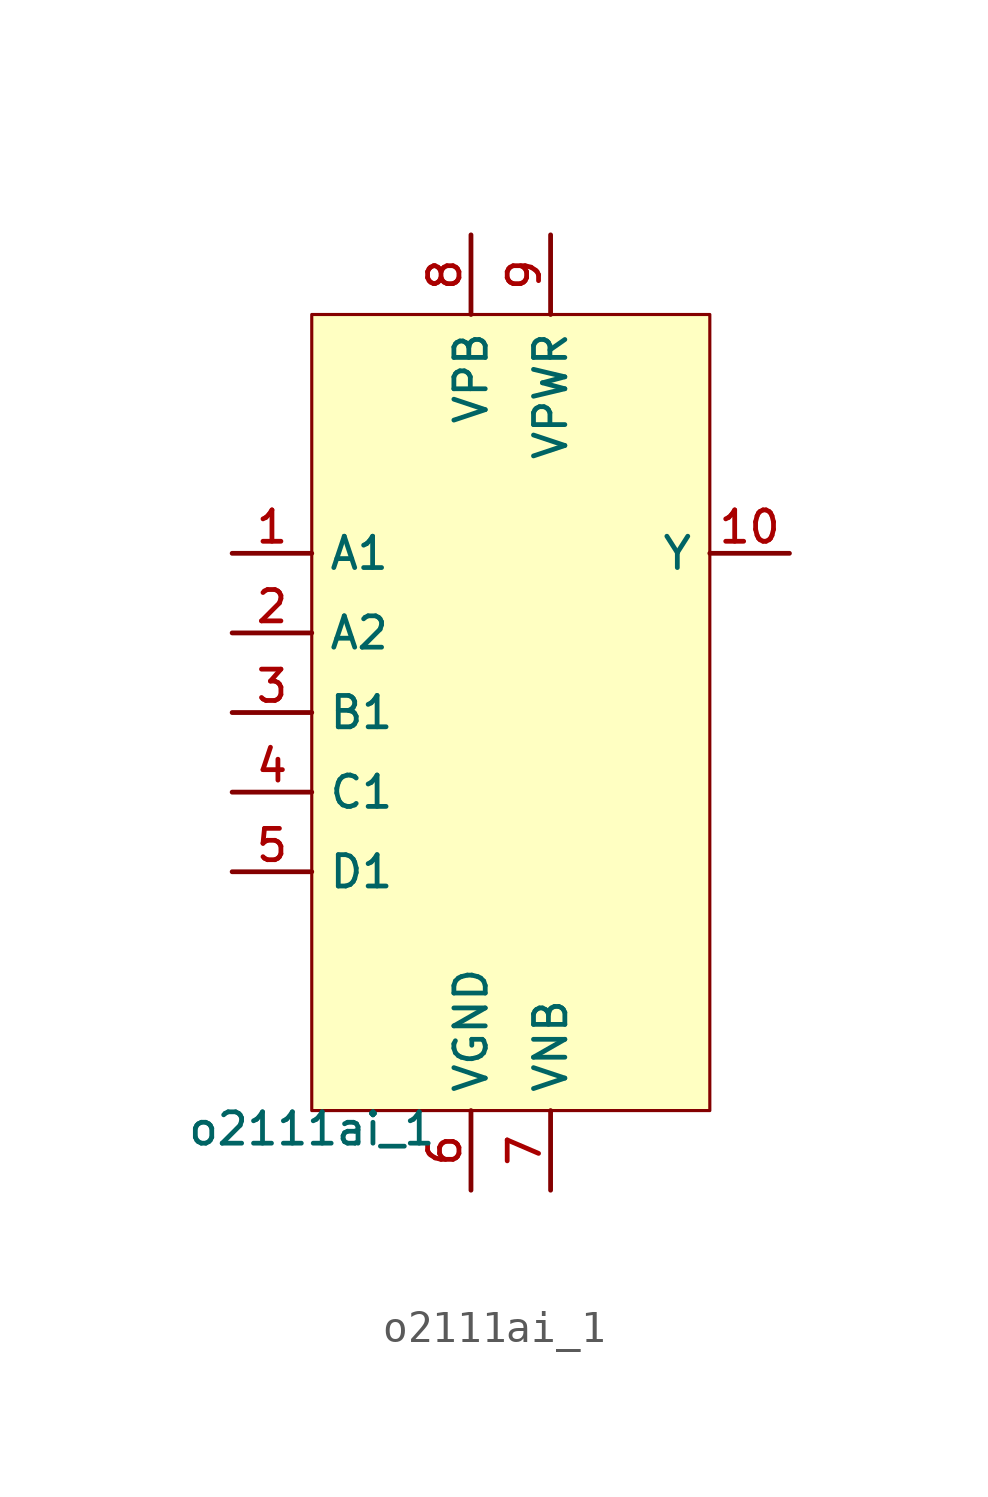
<source format=kicad_sym>
(kicad_symbol_lib
  (version 20211014)
  (generator pdk2kicad)
  (symbol "o2111ai_1"
    (property "Reference" "X"
      (at 0 0 0)
      (effects (font (size 1 1)) hide))
    (property "Value" "o2111ai_1"
      (at -6.35 -12.7 0)
      (effects (font (size 1 1)) (justify top)))
    (rectangle
      (start -6.35 -12.7)
      (end 6.35 12.7)
      (stroke (width 0.1) (type solid) (color 0 0 0 0))
      (fill (type background)))
    (pin input line
      (at -8.89 5.08 0)
      (length 2.54)
      (name "A1" (effects (font (size 1 1)) hide))
      (number "1" (effects (font (size 1 1)) hide)))
    (pin input line
      (at -8.89 2.54 0)
      (length 2.54)
      (name "A2" (effects (font (size 1 1)) hide))
      (number "2" (effects (font (size 1 1)) hide)))
    (pin input line
      (at -8.89 -8.881784197001252e-16 0)
      (length 2.54)
      (name "B1" (effects (font (size 1 1)) hide))
      (number "3" (effects (font (size 1 1)) hide)))
    (pin input line
      (at -8.89 -2.54 0)
      (length 2.54)
      (name "C1" (effects (font (size 1 1)) hide))
      (number "4" (effects (font (size 1 1)) hide)))
    (pin input line
      (at -8.89 -5.08 0)
      (length 2.54)
      (name "D1" (effects (font (size 1 1)) hide))
      (number "5" (effects (font (size 1 1)) hide)))
    (pin power_in line
      (at -1.27 -15.24 90)
      (length 2.54)
      (name "VGND" (effects (font (size 1 1)) hide))
      (number "6" (effects (font (size 1 1)) hide)))
    (pin power_in line
      (at 1.27 -15.24 90)
      (length 2.54)
      (name "VNB" (effects (font (size 1 1)) hide))
      (number "7" (effects (font (size 1 1)) hide)))
    (pin power_in line
      (at -1.27 15.24 270)
      (length 2.54)
      (name "VPB" (effects (font (size 1 1)) hide))
      (number "8" (effects (font (size 1 1)) hide)))
    (pin power_in line
      (at 1.27 15.24 270)
      (length 2.54)
      (name "VPWR" (effects (font (size 1 1)) hide))
      (number "9" (effects (font (size 1 1)) hide)))
    (pin output line
      (at 8.89 5.08 180)
      (length 2.54)
      (name "Y" (effects (font (size 1 1)) hide))
      (number "10" (effects (font (size 1 1)) hide)))))
</source>
